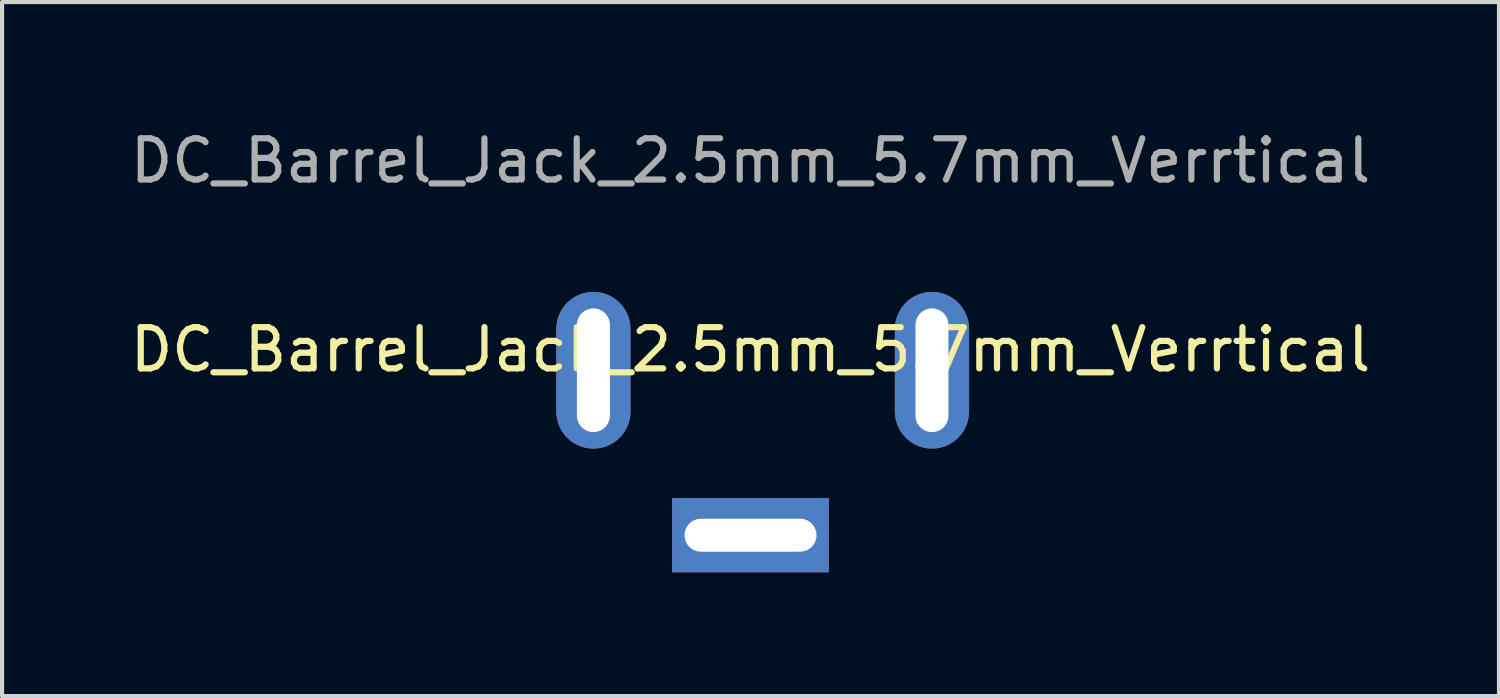
<source format=kicad_pcb>
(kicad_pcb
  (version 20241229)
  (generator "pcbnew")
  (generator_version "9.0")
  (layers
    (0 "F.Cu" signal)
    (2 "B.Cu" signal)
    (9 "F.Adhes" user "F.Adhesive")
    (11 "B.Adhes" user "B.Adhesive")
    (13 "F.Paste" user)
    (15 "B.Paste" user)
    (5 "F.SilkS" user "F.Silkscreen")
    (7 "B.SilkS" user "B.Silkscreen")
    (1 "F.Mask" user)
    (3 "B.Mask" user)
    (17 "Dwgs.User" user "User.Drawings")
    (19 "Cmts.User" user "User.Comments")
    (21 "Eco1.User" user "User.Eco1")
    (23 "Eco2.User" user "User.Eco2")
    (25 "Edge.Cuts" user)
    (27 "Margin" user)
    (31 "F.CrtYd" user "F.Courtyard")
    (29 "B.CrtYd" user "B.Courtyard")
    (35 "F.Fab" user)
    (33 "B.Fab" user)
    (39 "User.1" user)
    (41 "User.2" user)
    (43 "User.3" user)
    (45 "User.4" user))
  (footprint "DC_Barrel_Jack_2.5mm_5.7mm_Verrtical"
    (layer "F.Cu")
    (at 15.149 5.928)
    (property "Reference" "DC_Barrel_Jack_2.5mm_5.7mm_Verrtical" (at 0 -0.5 0) (unlocked yes) (layer "F.SilkS") (effects (font (size 1 1) (thickness 0.15))))
    (attr smd)
    (fp_text user "${REFERENCE}" (at 0 -5.08 0) (unlocked yes) (layer "F.Fab") (effects (font (size 1 1) (thickness 0.15))))
    (pad "1" thru_hole rect (at 0 4) (size 3.8 1.8) (drill oval 3.2 0.8) (layers "*.Cu" "*.Mask"))
    (pad "2" thru_hole oval (at -3.81 0 90) (size 3.8 1.8) (drill oval 3 0.8) (layers "*.Cu" "*.Mask"))
    (pad "3" thru_hole oval (at 4.4 0 90) (size 3.8 1.8) (drill oval 3 0.8) (layers "*.Cu" "*.Mask")))
  (gr_rect
    (start -3 -3)
    (end 33.298 13.828)
    (stroke (width 0.1) (type default))
    (fill no)
    (layer "Edge.Cuts")))
</source>
